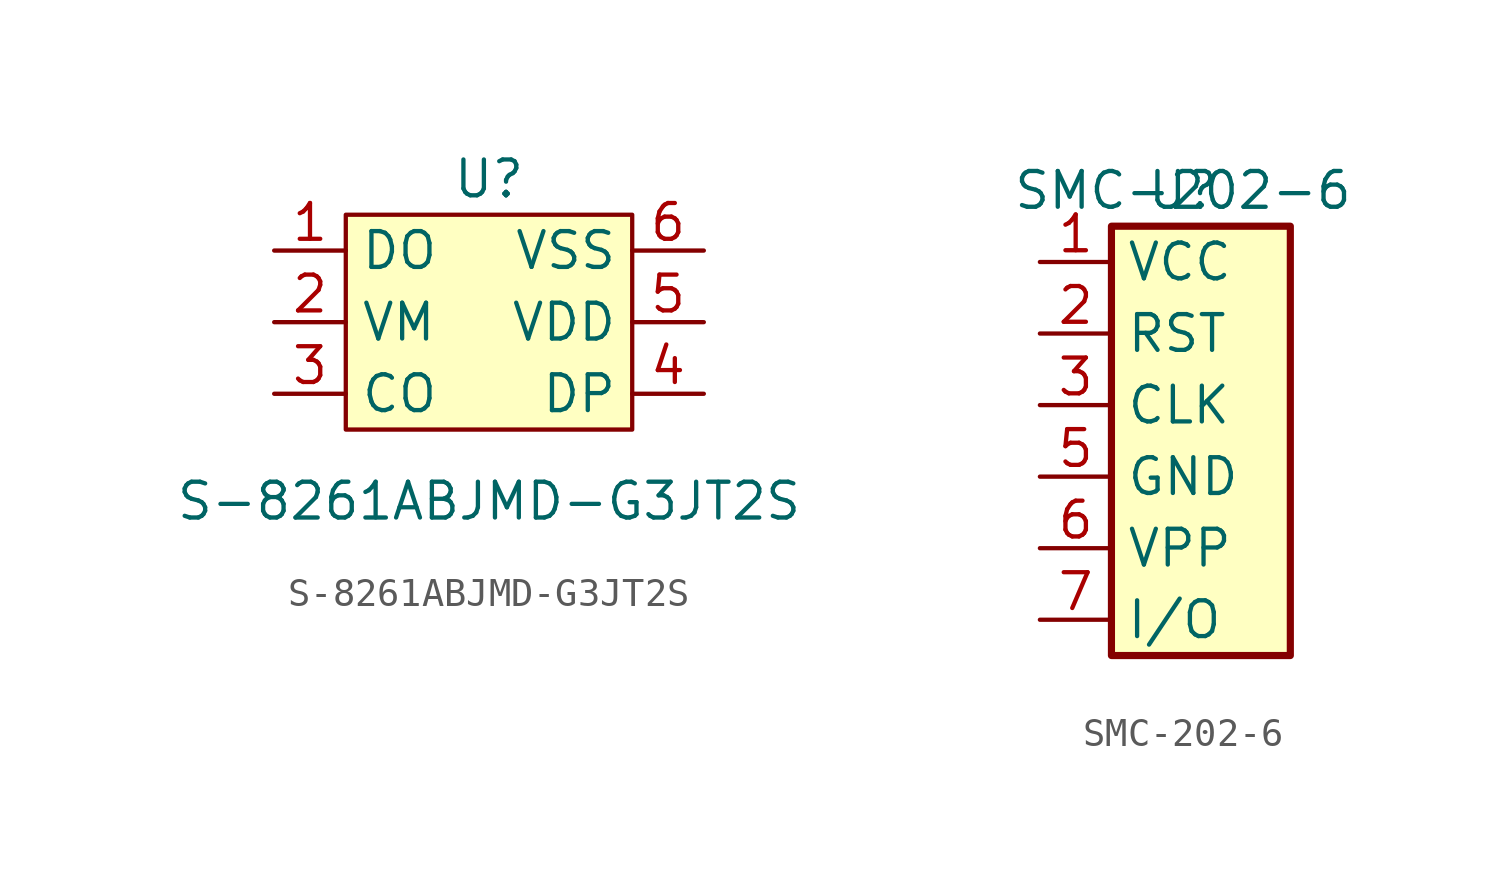
<source format=kicad_sym>
(kicad_symbol_lib
  (version 20211014)
  (generator kicad_symbol_editor)
  (symbol "S-8261ABJMD-G3JT2S"
    (property "Reference" "U"
      (at 0 5.08 0)
      (effects (font (size 1.27 1.27))))
    (property "Value" "S-8261ABJMD-G3JT2S"
      (at 0 -6.35 0)
      (effects (font (size 1.27 1.27))))
    (symbol "S-8261ABJMD-G3JT2S_0_1"
      (rectangle (start -5.08 3.81) (end 5.08 -3.81) (stroke (width 0.152) (type default) (color 0 0 0 0)) (fill (type background))))
    (symbol "S-8261ABJMD-G3JT2S_1_1"
      (pin output line (at -7.62 2.54 0) (length 2.54) (name "DO" (effects (font (size 1.27 1.27)))) (number "1" (effects (font (size 1.27 1.27)))))
      (pin input line (at -7.62 0 0) (length 2.54) (name "VM" (effects (font (size 1.27 1.27)))) (number "2" (effects (font (size 1.27 1.27)))))
      (pin output line (at -7.62 -2.54 0) (length 2.54) (name "CO" (effects (font (size 1.27 1.27)))) (number "3" (effects (font (size 1.27 1.27)))))
      (pin passive line (at 7.62 -2.54 180) (length 2.54) (name "DP" (effects (font (size 1.27 1.27)))) (number "4" (effects (font (size 1.27 1.27)))))
      (pin power_in line (at 7.62 0 180) (length 2.54) (name "VDD" (effects (font (size 1.27 1.27)))) (number "5" (effects (font (size 1.27 1.27)))))
      (pin power_in line (at 7.62 2.54 180) (length 2.54) (name "VSS" (effects (font (size 1.27 1.27)))) (number "6" (effects (font (size 1.27 1.27)))))))
  (symbol "SMC-202-6"
    (property "Reference" "U"
      (at 0 8.89 0)
      (effects (font (size 1.27 1.27))))
    (property "Value" "SMC-202-6"
      (at 0 8.89 0)
      (effects (font (size 1.27 1.27))))
    (symbol "SMC-202-6_0_1"
      (polyline (pts (xy -2.54 7.62) (xy 3.81 7.62) (xy 3.81 -7.62) (xy -2.54 -7.62) (xy -2.54 7.62)) (stroke (width 0.254) (type default) (color 0 0 0 0)) (fill (type background))))
    (symbol "SMC-202-6_1_1"
      (pin power_in line (at -5.08 6.35 0) (length 2.54) (name "VCC" (effects (font (size 1.27 1.27)))) (number "1" (effects (font (size 1.27 1.27)))))
      (pin input line (at -5.08 3.81 0) (length 2.54) (name "RST" (effects (font (size 1.27 1.27)))) (number "2" (effects (font (size 1.27 1.27)))))
      (pin input line (at -5.08 1.27 0) (length 2.54) (name "CLK" (effects (font (size 1.27 1.27)))) (number "3" (effects (font (size 1.27 1.27)))))
      (pin power_in line (at -5.08 -1.27 0) (length 2.54) (name "GND" (effects (font (size 1.27 1.27)))) (number "5" (effects (font (size 1.27 1.27)))))
      (pin input line (at -5.08 -3.81 0) (length 2.54) (name "VPP" (effects (font (size 1.27 1.27)))) (number "6" (effects (font (size 1.27 1.27)))))
      (pin bidirectional line (at -5.08 -6.35 0) (length 2.54) (name "I/O" (effects (font (size 1.27 1.27)))) (number "7" (effects (font (size 1.27 1.27))))))))
</source>
